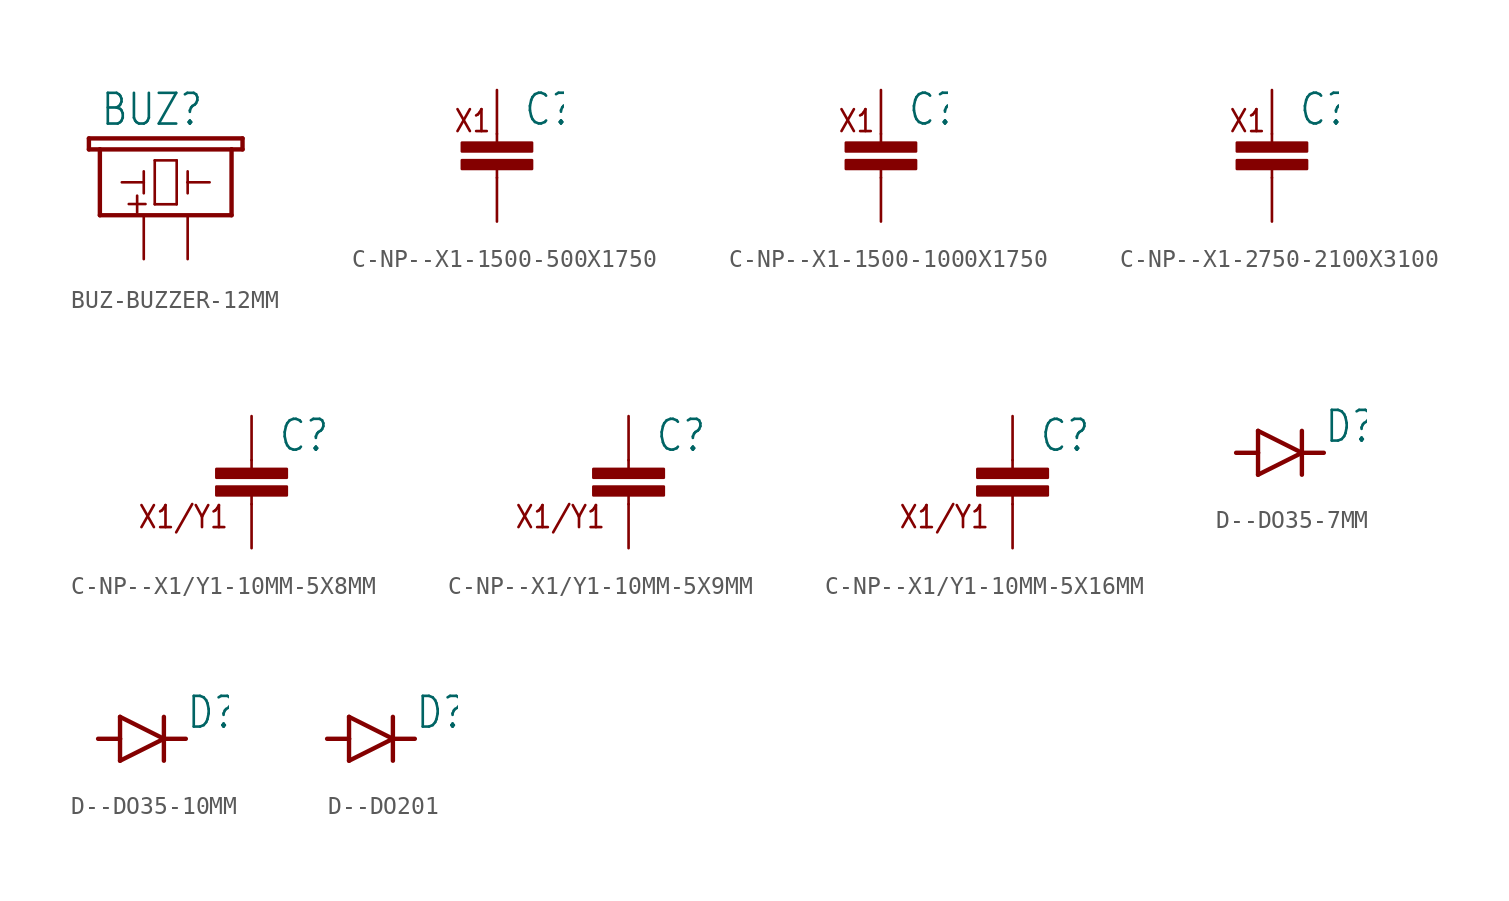
<source format=kicad_sym>
(kicad_symbol_lib
  (version 20231120)
  (generator "kicad_symbol_editor")
  (generator_version "8.0")
  (symbol "BUZ-BUZZER-12MM"
    (property "Reference" "BUZ"
      (at -2.54 5.08 0)
      (effects (font (size 1.778 1.511)) (justify left bottom)))
    (property "Value" ""
      (at 6.35 0 0)
      (effects (font (size 1.778 1.511)) (justify left bottom)))
    (property "ki_locked" ""
      (at 0 0 0)
      (effects (font (size 1.27 1.27))))
    (symbol "BUZ-BUZZER-12MM_1_0"
      (polyline (pts (xy -3.175 3.81) (xy -2.54 3.81)) (stroke (width 0.254) (type solid)) (fill (type none)))
      (polyline (pts (xy -3.175 4.445) (xy -3.175 3.81)) (stroke (width 0.254) (type solid)) (fill (type none)))
      (polyline (pts (xy -2.54 0) (xy 5.08 0)) (stroke (width 0.254) (type solid)) (fill (type none)))
      (polyline (pts (xy -2.54 3.81) (xy -2.54 0)) (stroke (width 0.254) (type solid)) (fill (type none)))
      (polyline (pts (xy -2.54 3.81) (xy 5.08 3.81)) (stroke (width 0.254) (type solid)) (fill (type none)))
      (polyline (pts (xy -1.27 1.905) (xy 0 1.905)) (stroke (width 0.152) (type solid)) (fill (type none)))
      (polyline (pts (xy 0 1.905) (xy 0 1.27)) (stroke (width 0.152) (type solid)) (fill (type none)))
      (polyline (pts (xy 0 1.905) (xy 0 2.54)) (stroke (width 0.152) (type solid)) (fill (type none)))
      (polyline (pts (xy 0.635 0.635) (xy 1.905 0.635)) (stroke (width 0.152) (type solid)) (fill (type none)))
      (polyline (pts (xy 0.635 3.175) (xy 0.635 0.635)) (stroke (width 0.152) (type solid)) (fill (type none)))
      (polyline (pts (xy 1.905 0.635) (xy 1.905 3.175)) (stroke (width 0.152) (type solid)) (fill (type none)))
      (polyline (pts (xy 1.905 3.175) (xy 0.635 3.175)) (stroke (width 0.152) (type solid)) (fill (type none)))
      (polyline (pts (xy 2.54 1.905) (xy 2.54 1.27)) (stroke (width 0.152) (type solid)) (fill (type none)))
      (polyline (pts (xy 2.54 1.905) (xy 3.81 1.905)) (stroke (width 0.152) (type solid)) (fill (type none)))
      (polyline (pts (xy 2.54 2.54) (xy 2.54 1.905)) (stroke (width 0.152) (type solid)) (fill (type none)))
      (polyline (pts (xy 5.08 0) (xy 5.08 3.81)) (stroke (width 0.254) (type solid)) (fill (type none)))
      (polyline (pts (xy 5.08 3.81) (xy 5.715 3.81)) (stroke (width 0.254) (type solid)) (fill (type none)))
      (polyline (pts (xy 5.715 3.81) (xy 5.715 4.445)) (stroke (width 0.254) (type solid)) (fill (type none)))
      (polyline (pts (xy 5.715 4.445) (xy -3.175 4.445)) (stroke (width 0.254) (type solid)) (fill (type none)))
      (text "+" (at -1.27 0 0) (effects (font (size 1.27 1.27)) (justify left bottom)))
      (pin passive line (at 0 -2.54 90) (length 2.54) (name "1" (effects (font (size 0 0)))) (number "+" (effects (font (size 0 0)))))
      (pin passive line (at 2.54 -2.54 90) (length 2.54) (name "2" (effects (font (size 0 0)))) (number "-" (effects (font (size 0 0)))))))
  (symbol "C-NP--X1-1500-500X1750"
    (property "Reference" "C"
      (at 1.524 0.381 0)
      (effects (font (size 1.778 1.511)) (justify left bottom)))
    (property "Value" ""
      (at 1.524 -4.699 0)
      (effects (font (size 1.778 1.511)) (justify left bottom)))
    (property "ki_locked" ""
      (at 0 0 0)
      (effects (font (size 1.27 1.27))))
    (symbol "C-NP--X1-1500-500X1750_1_0"
      (rectangle (start -2.032 -2.032) (end 2.032 -1.524) (stroke (width 0) (type default)) (fill (type outline)))
      (rectangle (start -2.032 -1.016) (end 2.032 -0.508) (stroke (width 0) (type default)) (fill (type outline)))
      (polyline (pts (xy 0 -2.54) (xy 0 -2.032)) (stroke (width 0.152) (type solid)) (fill (type none)))
      (polyline (pts (xy 0 0) (xy 0 -0.508)) (stroke (width 0.152) (type solid)) (fill (type none)))
      (text "X1" (at -2.54 0 0) (effects (font (size 1.27 1.079)) (justify left bottom)))
      (pin passive line (at 0 2.54 270) (length 2.54) (name "1" (effects (font (size 0 0)))) (number "1" (effects (font (size 0 0)))))
      (pin passive line (at 0 -5.08 90) (length 2.54) (name "2" (effects (font (size 0 0)))) (number "2" (effects (font (size 0 0)))))))
  (symbol "C-NP--X1-1500-1000X1750"
    (property "Reference" "C"
      (at 1.524 0.381 0)
      (effects (font (size 1.778 1.511)) (justify left bottom)))
    (property "Value" ""
      (at 1.524 -4.699 0)
      (effects (font (size 1.778 1.511)) (justify left bottom)))
    (property "ki_locked" ""
      (at 0 0 0)
      (effects (font (size 1.27 1.27))))
    (symbol "C-NP--X1-1500-1000X1750_1_0"
      (rectangle (start -2.032 -2.032) (end 2.032 -1.524) (stroke (width 0) (type default)) (fill (type outline)))
      (rectangle (start -2.032 -1.016) (end 2.032 -0.508) (stroke (width 0) (type default)) (fill (type outline)))
      (polyline (pts (xy 0 -2.54) (xy 0 -2.032)) (stroke (width 0.152) (type solid)) (fill (type none)))
      (polyline (pts (xy 0 0) (xy 0 -0.508)) (stroke (width 0.152) (type solid)) (fill (type none)))
      (text "X1" (at -2.54 0 0) (effects (font (size 1.27 1.079)) (justify left bottom)))
      (pin passive line (at 0 2.54 270) (length 2.54) (name "1" (effects (font (size 0 0)))) (number "1" (effects (font (size 0 0)))))
      (pin passive line (at 0 -5.08 90) (length 2.54) (name "2" (effects (font (size 0 0)))) (number "2" (effects (font (size 0 0)))))))
  (symbol "C-NP--X1-2750-2100X3100"
    (property "Reference" "C"
      (at 1.524 0.381 0)
      (effects (font (size 1.778 1.511)) (justify left bottom)))
    (property "Value" ""
      (at 1.524 -4.699 0)
      (effects (font (size 1.778 1.511)) (justify left bottom)))
    (property "ki_locked" ""
      (at 0 0 0)
      (effects (font (size 1.27 1.27))))
    (symbol "C-NP--X1-2750-2100X3100_1_0"
      (rectangle (start -2.032 -2.032) (end 2.032 -1.524) (stroke (width 0) (type default)) (fill (type outline)))
      (rectangle (start -2.032 -1.016) (end 2.032 -0.508) (stroke (width 0) (type default)) (fill (type outline)))
      (polyline (pts (xy 0 -2.54) (xy 0 -2.032)) (stroke (width 0.152) (type solid)) (fill (type none)))
      (polyline (pts (xy 0 0) (xy 0 -0.508)) (stroke (width 0.152) (type solid)) (fill (type none)))
      (text "X1" (at -2.54 0 0) (effects (font (size 1.27 1.079)) (justify left bottom)))
      (pin passive line (at 0 2.54 270) (length 2.54) (name "1" (effects (font (size 0 0)))) (number "1" (effects (font (size 0 0)))))
      (pin passive line (at 0 -5.08 90) (length 2.54) (name "2" (effects (font (size 0 0)))) (number "2" (effects (font (size 0 0)))))))
  (symbol "C-NP--X1/Y1-10MM-5X8MM"
    (property "Reference" "C"
      (at 1.524 0.381 0)
      (effects (font (size 1.778 1.511)) (justify left bottom)))
    (property "Value" ""
      (at 1.524 -4.699 0)
      (effects (font (size 1.778 1.511)) (justify left bottom)))
    (property "ki_locked" ""
      (at 0 0 0)
      (effects (font (size 1.27 1.27))))
    (symbol "C-NP--X1/Y1-10MM-5X8MM_1_0"
      (rectangle (start -2.032 -2.032) (end 2.032 -1.524) (stroke (width 0) (type default)) (fill (type outline)))
      (rectangle (start -2.032 -1.016) (end 2.032 -0.508) (stroke (width 0) (type default)) (fill (type outline)))
      (polyline (pts (xy 0 -2.54) (xy 0 -2.032)) (stroke (width 0.152) (type solid)) (fill (type none)))
      (polyline (pts (xy 0 0) (xy 0 -0.508)) (stroke (width 0.152) (type solid)) (fill (type none)))
      (text "X1/Y1" (at -1.27 -2.54 0) (effects (font (size 1.27 1.079)) (justify right top)))
      (pin passive line (at 0 2.54 270) (length 2.54) (name "1" (effects (font (size 0 0)))) (number "1" (effects (font (size 0 0)))))
      (pin passive line (at 0 -5.08 90) (length 2.54) (name "2" (effects (font (size 0 0)))) (number "2" (effects (font (size 0 0)))))))
  (symbol "C-NP--X1/Y1-10MM-5X9MM"
    (property "Reference" "C"
      (at 1.524 0.381 0)
      (effects (font (size 1.778 1.511)) (justify left bottom)))
    (property "Value" ""
      (at 1.524 -4.699 0)
      (effects (font (size 1.778 1.511)) (justify left bottom)))
    (property "ki_locked" ""
      (at 0 0 0)
      (effects (font (size 1.27 1.27))))
    (symbol "C-NP--X1/Y1-10MM-5X9MM_1_0"
      (rectangle (start -2.032 -2.032) (end 2.032 -1.524) (stroke (width 0) (type default)) (fill (type outline)))
      (rectangle (start -2.032 -1.016) (end 2.032 -0.508) (stroke (width 0) (type default)) (fill (type outline)))
      (polyline (pts (xy 0 -2.54) (xy 0 -2.032)) (stroke (width 0.152) (type solid)) (fill (type none)))
      (polyline (pts (xy 0 0) (xy 0 -0.508)) (stroke (width 0.152) (type solid)) (fill (type none)))
      (text "X1/Y1" (at -1.27 -2.54 0) (effects (font (size 1.27 1.079)) (justify right top)))
      (pin passive line (at 0 2.54 270) (length 2.54) (name "1" (effects (font (size 0 0)))) (number "1" (effects (font (size 0 0)))))
      (pin passive line (at 0 -5.08 90) (length 2.54) (name "2" (effects (font (size 0 0)))) (number "2" (effects (font (size 0 0)))))))
  (symbol "C-NP--X1/Y1-10MM-5X16MM"
    (property "Reference" "C"
      (at 1.524 0.381 0)
      (effects (font (size 1.778 1.511)) (justify left bottom)))
    (property "Value" ""
      (at 1.524 -4.699 0)
      (effects (font (size 1.778 1.511)) (justify left bottom)))
    (property "ki_locked" ""
      (at 0 0 0)
      (effects (font (size 1.27 1.27))))
    (symbol "C-NP--X1/Y1-10MM-5X16MM_1_0"
      (rectangle (start -2.032 -2.032) (end 2.032 -1.524) (stroke (width 0) (type default)) (fill (type outline)))
      (rectangle (start -2.032 -1.016) (end 2.032 -0.508) (stroke (width 0) (type default)) (fill (type outline)))
      (polyline (pts (xy 0 -2.54) (xy 0 -2.032)) (stroke (width 0.152) (type solid)) (fill (type none)))
      (polyline (pts (xy 0 0) (xy 0 -0.508)) (stroke (width 0.152) (type solid)) (fill (type none)))
      (text "X1/Y1" (at -1.27 -2.54 0) (effects (font (size 1.27 1.079)) (justify right top)))
      (pin passive line (at 0 2.54 270) (length 2.54) (name "1" (effects (font (size 0 0)))) (number "1" (effects (font (size 0 0)))))
      (pin passive line (at 0 -5.08 90) (length 2.54) (name "2" (effects (font (size 0 0)))) (number "2" (effects (font (size 0 0)))))))
  (symbol "D--DO35-7MM"
    (property "Reference" "D"
      (at 2.54 0.483 0)
      (effects (font (size 1.778 1.511)) (justify left bottom)))
    (property "Value" ""
      (at 2.54 -2.311 0)
      (effects (font (size 1.778 1.511)) (justify left bottom)))
    (property "ki_locked" ""
      (at 0 0 0)
      (effects (font (size 1.27 1.27))))
    (symbol "D--DO35-7MM_1_0"
      (polyline (pts (xy -2.54 0) (xy -1.27 0)) (stroke (width 0.254) (type solid)) (fill (type none)))
      (polyline (pts (xy -1.27 -1.27) (xy 1.27 0)) (stroke (width 0.254) (type solid)) (fill (type none)))
      (polyline (pts (xy -1.27 0) (xy -1.27 -1.27)) (stroke (width 0.254) (type solid)) (fill (type none)))
      (polyline (pts (xy -1.27 1.27) (xy -1.27 0)) (stroke (width 0.254) (type solid)) (fill (type none)))
      (polyline (pts (xy 1.27 0) (xy -1.27 1.27)) (stroke (width 0.254) (type solid)) (fill (type none)))
      (polyline (pts (xy 1.27 0) (xy 1.27 -1.27)) (stroke (width 0.254) (type solid)) (fill (type none)))
      (polyline (pts (xy 1.27 0) (xy 2.54 0)) (stroke (width 0.254) (type solid)) (fill (type none)))
      (polyline (pts (xy 1.27 1.27) (xy 1.27 0)) (stroke (width 0.254) (type solid)) (fill (type none)))
      (pin passive line (at -2.54 0 0) (length 0) (name "A" (effects (font (size 0 0)))) (number "A" (effects (font (size 0 0)))))
      (pin passive line (at 2.54 0 180) (length 0) (name "C" (effects (font (size 0 0)))) (number "C" (effects (font (size 0 0)))))))
  (symbol "D--DO35-10MM"
    (property "Reference" "D"
      (at 2.54 0.483 0)
      (effects (font (size 1.778 1.511)) (justify left bottom)))
    (property "Value" ""
      (at 2.54 -2.311 0)
      (effects (font (size 1.778 1.511)) (justify left bottom)))
    (property "ki_locked" ""
      (at 0 0 0)
      (effects (font (size 1.27 1.27))))
    (symbol "D--DO35-10MM_1_0"
      (polyline (pts (xy -2.54 0) (xy -1.27 0)) (stroke (width 0.254) (type solid)) (fill (type none)))
      (polyline (pts (xy -1.27 -1.27) (xy 1.27 0)) (stroke (width 0.254) (type solid)) (fill (type none)))
      (polyline (pts (xy -1.27 0) (xy -1.27 -1.27)) (stroke (width 0.254) (type solid)) (fill (type none)))
      (polyline (pts (xy -1.27 1.27) (xy -1.27 0)) (stroke (width 0.254) (type solid)) (fill (type none)))
      (polyline (pts (xy 1.27 0) (xy -1.27 1.27)) (stroke (width 0.254) (type solid)) (fill (type none)))
      (polyline (pts (xy 1.27 0) (xy 1.27 -1.27)) (stroke (width 0.254) (type solid)) (fill (type none)))
      (polyline (pts (xy 1.27 0) (xy 2.54 0)) (stroke (width 0.254) (type solid)) (fill (type none)))
      (polyline (pts (xy 1.27 1.27) (xy 1.27 0)) (stroke (width 0.254) (type solid)) (fill (type none)))
      (pin passive line (at -2.54 0 0) (length 0) (name "A" (effects (font (size 0 0)))) (number "A" (effects (font (size 0 0)))))
      (pin passive line (at 2.54 0 180) (length 0) (name "C" (effects (font (size 0 0)))) (number "C" (effects (font (size 0 0)))))))
  (symbol "D--DO201"
    (property "Reference" "D"
      (at 2.54 0.483 0)
      (effects (font (size 1.778 1.511)) (justify left bottom)))
    (property "Value" ""
      (at 2.54 -2.311 0)
      (effects (font (size 1.778 1.511)) (justify left bottom)))
    (property "ki_locked" ""
      (at 0 0 0)
      (effects (font (size 1.27 1.27))))
    (symbol "D--DO201_1_0"
      (polyline (pts (xy -2.54 0) (xy -1.27 0)) (stroke (width 0.254) (type solid)) (fill (type none)))
      (polyline (pts (xy -1.27 -1.27) (xy 1.27 0)) (stroke (width 0.254) (type solid)) (fill (type none)))
      (polyline (pts (xy -1.27 0) (xy -1.27 -1.27)) (stroke (width 0.254) (type solid)) (fill (type none)))
      (polyline (pts (xy -1.27 1.27) (xy -1.27 0)) (stroke (width 0.254) (type solid)) (fill (type none)))
      (polyline (pts (xy 1.27 0) (xy -1.27 1.27)) (stroke (width 0.254) (type solid)) (fill (type none)))
      (polyline (pts (xy 1.27 0) (xy 1.27 -1.27)) (stroke (width 0.254) (type solid)) (fill (type none)))
      (polyline (pts (xy 1.27 0) (xy 2.54 0)) (stroke (width 0.254) (type solid)) (fill (type none)))
      (polyline (pts (xy 1.27 1.27) (xy 1.27 0)) (stroke (width 0.254) (type solid)) (fill (type none)))
      (pin passive line (at -2.54 0 0) (length 0) (name "A" (effects (font (size 0 0)))) (number "A" (effects (font (size 0 0)))))
      (pin passive line (at 2.54 0 180) (length 0) (name "C" (effects (font (size 0 0)))) (number "C" (effects (font (size 0 0))))))))
</source>
